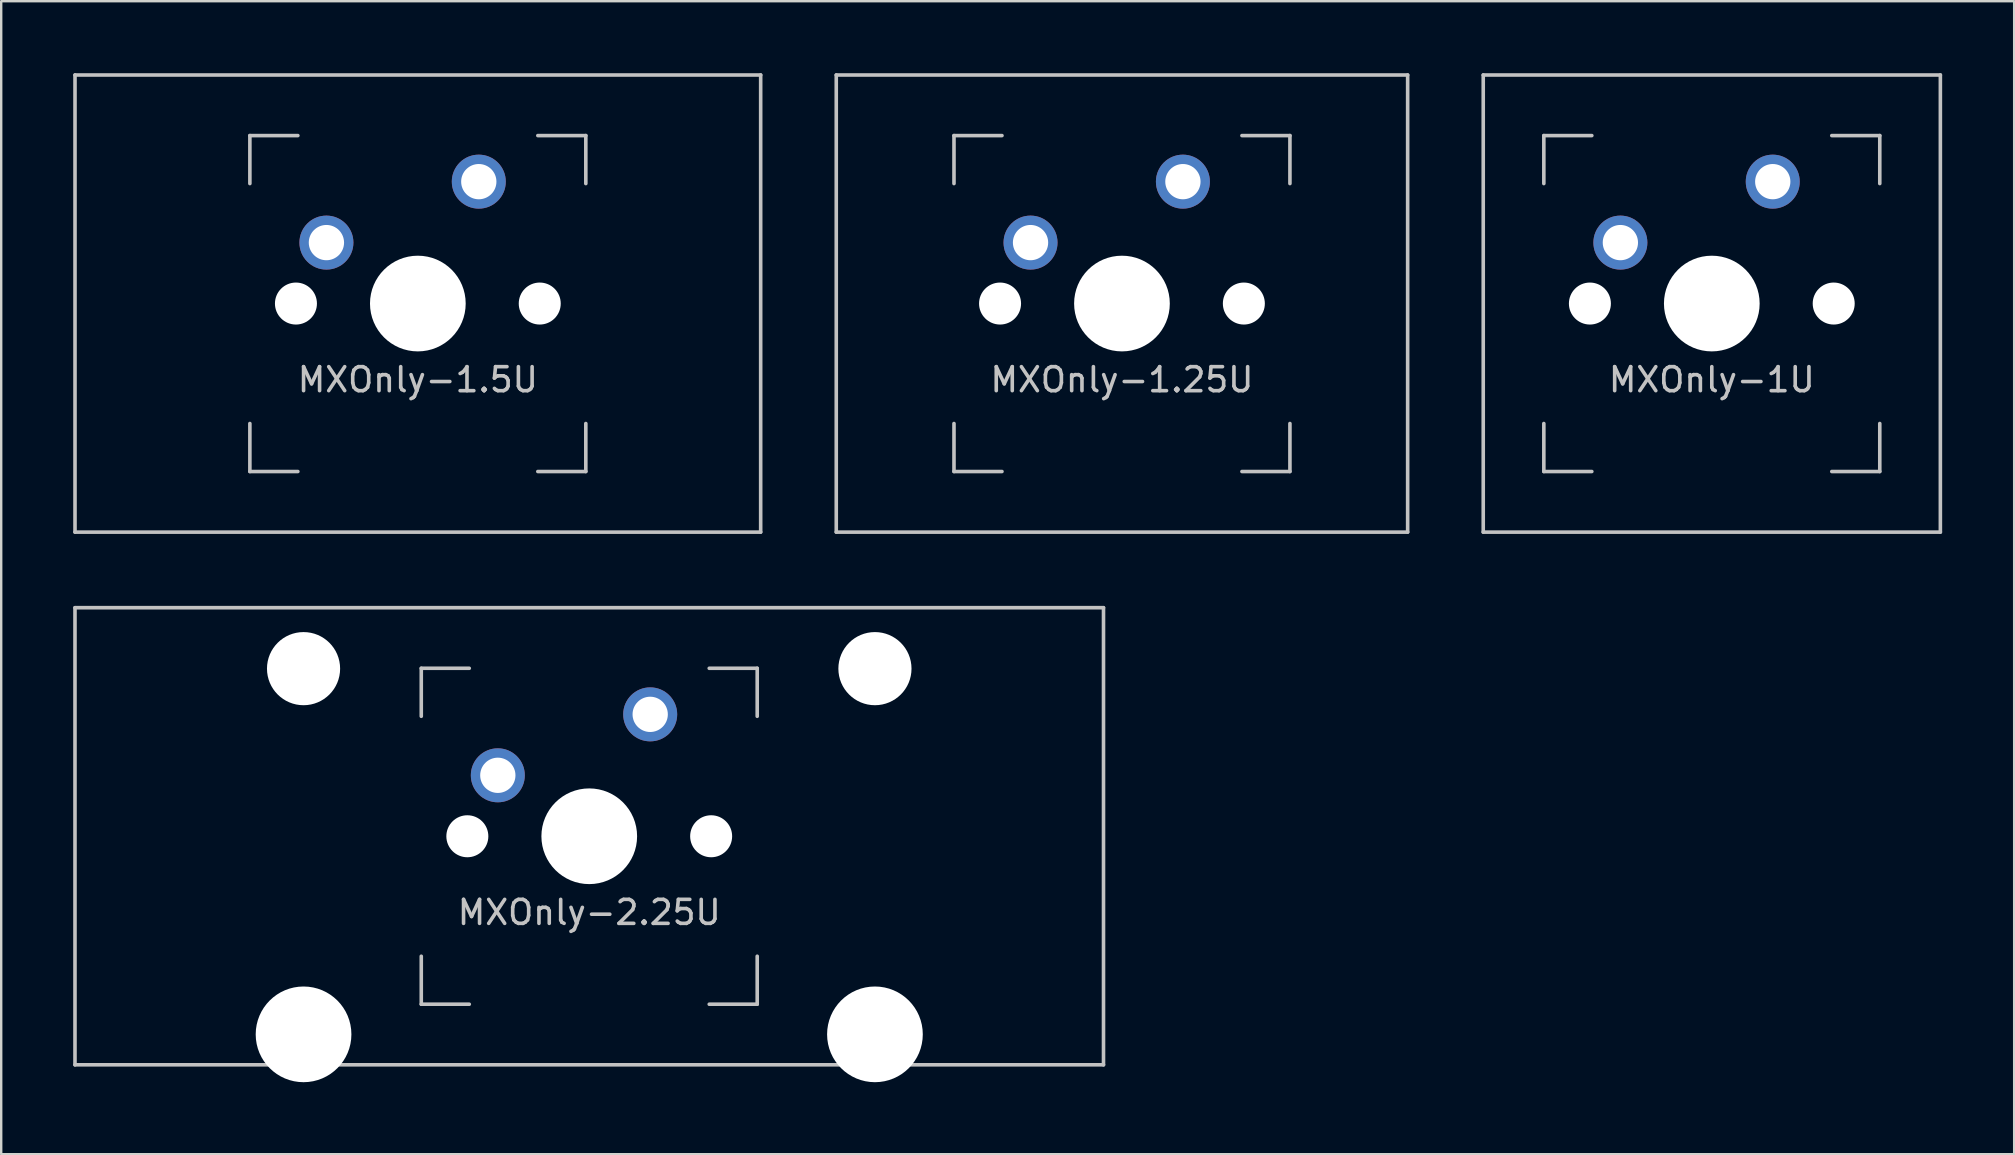
<source format=kicad_pcb>
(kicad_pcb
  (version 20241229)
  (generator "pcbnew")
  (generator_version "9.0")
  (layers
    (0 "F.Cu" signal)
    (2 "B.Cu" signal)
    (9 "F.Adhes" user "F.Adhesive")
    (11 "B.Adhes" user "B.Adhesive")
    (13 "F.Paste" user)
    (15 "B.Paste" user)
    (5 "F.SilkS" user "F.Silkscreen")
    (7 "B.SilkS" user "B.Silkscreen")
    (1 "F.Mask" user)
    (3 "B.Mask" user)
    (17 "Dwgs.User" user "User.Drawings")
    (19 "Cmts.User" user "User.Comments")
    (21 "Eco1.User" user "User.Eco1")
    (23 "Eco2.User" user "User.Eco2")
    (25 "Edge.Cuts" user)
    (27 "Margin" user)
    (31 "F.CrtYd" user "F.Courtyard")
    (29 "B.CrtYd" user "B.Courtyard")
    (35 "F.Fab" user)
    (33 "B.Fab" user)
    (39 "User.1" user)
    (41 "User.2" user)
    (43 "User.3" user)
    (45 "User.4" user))
  (footprint "MXOnly-1.5U"
    (layer "F.Cu")
    (at 14.363 9.6)
    (property "Reference" "MXOnly-1.5U" (at 0 3.175 0) (layer "Dwgs.User") (effects (font (size 1 1) (thickness 0.15))))
    (attr through_hole)
    (fp_line (start -14.287 -9.525) (end 14.287 -9.525) (stroke (width 0.15) (type solid)) (layer "Dwgs.User"))
    (fp_line (start -14.287 9.525) (end -14.287 -9.525) (stroke (width 0.15) (type solid)) (layer "Dwgs.User"))
    (fp_line (start -14.287 9.525) (end 14.287 9.525) (stroke (width 0.15) (type solid)) (layer "Dwgs.User"))
    (fp_line (start -7 -7) (end -7 -5) (stroke (width 0.15) (type solid)) (layer "Dwgs.User"))
    (fp_line (start -7 5) (end -7 7) (stroke (width 0.15) (type solid)) (layer "Dwgs.User"))
    (fp_line (start -7 7) (end -5 7) (stroke (width 0.15) (type solid)) (layer "Dwgs.User"))
    (fp_line (start -5 -7) (end -7 -7) (stroke (width 0.15) (type solid)) (layer "Dwgs.User"))
    (fp_line (start 5 -7) (end 7 -7) (stroke (width 0.15) (type solid)) (layer "Dwgs.User"))
    (fp_line (start 5 7) (end 7 7) (stroke (width 0.15) (type solid)) (layer "Dwgs.User"))
    (fp_line (start 7 -7) (end 7 -5) (stroke (width 0.15) (type solid)) (layer "Dwgs.User"))
    (fp_line (start 7 7) (end 7 5) (stroke (width 0.15) (type solid)) (layer "Dwgs.User"))
    (fp_line (start 14.287 -9.525) (end 14.287 9.525) (stroke (width 0.15) (type solid)) (layer "Dwgs.User"))
    (pad "" np_thru_hole circle (at -5.08 0 48.1) (size 1.75 1.75) (drill 1.75) (layers "*.Cu" "*.Mask"))
    (pad "" np_thru_hole circle (at 0 0) (size 3.988 3.988) (drill 3.988) (layers "*.Cu" "*.Mask"))
    (pad "" np_thru_hole circle (at 5.08 0 48.1) (size 1.75 1.75) (drill 1.75) (layers "*.Cu" "*.Mask"))
    (pad "1" thru_hole circle (at -3.81 -2.54) (size 2.25 2.25) (drill 1.47) (layers "*.Cu" "*.Mask"))
    (pad "2" thru_hole circle (at 2.54 -5.08) (size 2.25 2.25) (drill 1.47) (layers "*.Cu" "*.Mask")))
  (footprint "MXOnly-1U"
    (layer "F.Cu")
    (at 68.287 9.6)
    (property "Reference" "MXOnly-1U" (at 0 3.175 0) (layer "Dwgs.User") (effects (font (size 1 1) (thickness 0.15))))
    (attr through_hole)
    (fp_line (start -9.525 -9.525) (end 9.525 -9.525) (stroke (width 0.15) (type solid)) (layer "Dwgs.User"))
    (fp_line (start -9.525 9.525) (end -9.525 -9.525) (stroke (width 0.15) (type solid)) (layer "Dwgs.User"))
    (fp_line (start -7 -7) (end -7 -5) (stroke (width 0.15) (type solid)) (layer "Dwgs.User"))
    (fp_line (start -7 5) (end -7 7) (stroke (width 0.15) (type solid)) (layer "Dwgs.User"))
    (fp_line (start -7 7) (end -5 7) (stroke (width 0.15) (type solid)) (layer "Dwgs.User"))
    (fp_line (start -5 -7) (end -7 -7) (stroke (width 0.15) (type solid)) (layer "Dwgs.User"))
    (fp_line (start 5 -7) (end 7 -7) (stroke (width 0.15) (type solid)) (layer "Dwgs.User"))
    (fp_line (start 5 7) (end 7 7) (stroke (width 0.15) (type solid)) (layer "Dwgs.User"))
    (fp_line (start 7 -7) (end 7 -5) (stroke (width 0.15) (type solid)) (layer "Dwgs.User"))
    (fp_line (start 7 7) (end 7 5) (stroke (width 0.15) (type solid)) (layer "Dwgs.User"))
    (fp_line (start 9.525 -9.525) (end 9.525 9.525) (stroke (width 0.15) (type solid)) (layer "Dwgs.User"))
    (fp_line (start 9.525 9.525) (end -9.525 9.525) (stroke (width 0.15) (type solid)) (layer "Dwgs.User"))
    (pad "" np_thru_hole circle (at -5.08 0 48.1) (size 1.75 1.75) (drill 1.75) (layers "*.Cu" "*.Mask"))
    (pad "" np_thru_hole circle (at 0 0) (size 3.988 3.988) (drill 3.988) (layers "*.Cu" "*.Mask"))
    (pad "" np_thru_hole circle (at 5.08 0 48.1) (size 1.75 1.75) (drill 1.75) (layers "*.Cu" "*.Mask"))
    (pad "1" thru_hole circle (at -3.81 -2.54) (size 2.25 2.25) (drill 1.47) (layers "*.Cu" "*.Mask"))
    (pad "2" thru_hole circle (at 2.54 -5.08) (size 2.25 2.25) (drill 1.47) (layers "*.Cu" "*.Mask")))
  (footprint "MXOnly-2.25U"
    (layer "F.Cu")
    (at 21.506 31.8)
    (property "Reference" "MXOnly-2.25U" (at 0 3.175 0) (layer "Dwgs.User") (effects (font (size 1 1) (thickness 0.15))))
    (attr through_hole)
    (fp_line (start -21.431 -9.525) (end 21.431 -9.525) (stroke (width 0.15) (type solid)) (layer "Dwgs.User"))
    (fp_line (start -21.431 9.525) (end -21.431 -9.525) (stroke (width 0.15) (type solid)) (layer "Dwgs.User"))
    (fp_line (start -21.431 9.525) (end 21.431 9.525) (stroke (width 0.15) (type solid)) (layer "Dwgs.User"))
    (fp_line (start -7 -7) (end -7 -5) (stroke (width 0.15) (type solid)) (layer "Dwgs.User"))
    (fp_line (start -7 5) (end -7 7) (stroke (width 0.15) (type solid)) (layer "Dwgs.User"))
    (fp_line (start -7 7) (end -5 7) (stroke (width 0.15) (type solid)) (layer "Dwgs.User"))
    (fp_line (start -5 -7) (end -7 -7) (stroke (width 0.15) (type solid)) (layer "Dwgs.User"))
    (fp_line (start 5 -7) (end 7 -7) (stroke (width 0.15) (type solid)) (layer "Dwgs.User"))
    (fp_line (start 5 7) (end 7 7) (stroke (width 0.15) (type solid)) (layer "Dwgs.User"))
    (fp_line (start 7 -7) (end 7 -5) (stroke (width 0.15) (type solid)) (layer "Dwgs.User"))
    (fp_line (start 7 7) (end 7 5) (stroke (width 0.15) (type solid)) (layer "Dwgs.User"))
    (fp_line (start 21.431 -9.525) (end 21.431 9.525) (stroke (width 0.15) (type solid)) (layer "Dwgs.User"))
    (pad "" np_thru_hole circle (at -11.906 -6.985) (size 3.048 3.048) (drill 3.048) (layers "*.Cu" "*.Mask"))
    (pad "" np_thru_hole circle (at -11.906 8.255) (size 3.988 3.988) (drill 3.988) (layers "*.Cu" "*.Mask"))
    (pad "" np_thru_hole circle (at -5.08 0 48.1) (size 1.75 1.75) (drill 1.75) (layers "*.Cu" "*.Mask"))
    (pad "" np_thru_hole circle (at 0 0) (size 3.988 3.988) (drill 3.988) (layers "*.Cu" "*.Mask"))
    (pad "" np_thru_hole circle (at 5.08 0 48.1) (size 1.75 1.75) (drill 1.75) (layers "*.Cu" "*.Mask"))
    (pad "" np_thru_hole circle (at 11.906 -6.985) (size 3.048 3.048) (drill 3.048) (layers "*.Cu" "*.Mask"))
    (pad "" np_thru_hole circle (at 11.906 8.255) (size 3.988 3.988) (drill 3.988) (layers "*.Cu" "*.Mask"))
    (pad "1" thru_hole circle (at -3.81 -2.54) (size 2.25 2.25) (drill 1.47) (layers "*.Cu" "*.Mask"))
    (pad "2" thru_hole circle (at 2.54 -5.08) (size 2.25 2.25) (drill 1.47) (layers "*.Cu" "*.Mask")))
  (footprint "MXOnly-1.25U"
    (layer "F.Cu")
    (at 43.706 9.6)
    (property "Reference" "MXOnly-1.25U" (at 0 3.175 0) (layer "Dwgs.User") (effects (font (size 1 1) (thickness 0.15))))
    (attr through_hole)
    (fp_line (start -11.906 -9.525) (end 11.906 -9.525) (stroke (width 0.15) (type solid)) (layer "Dwgs.User"))
    (fp_line (start -11.906 9.525) (end -11.906 -9.525) (stroke (width 0.15) (type solid)) (layer "Dwgs.User"))
    (fp_line (start -11.906 9.525) (end 11.906 9.525) (stroke (width 0.15) (type solid)) (layer "Dwgs.User"))
    (fp_line (start -7 -7) (end -7 -5) (stroke (width 0.15) (type solid)) (layer "Dwgs.User"))
    (fp_line (start -7 5) (end -7 7) (stroke (width 0.15) (type solid)) (layer "Dwgs.User"))
    (fp_line (start -7 7) (end -5 7) (stroke (width 0.15) (type solid)) (layer "Dwgs.User"))
    (fp_line (start -5 -7) (end -7 -7) (stroke (width 0.15) (type solid)) (layer "Dwgs.User"))
    (fp_line (start 5 -7) (end 7 -7) (stroke (width 0.15) (type solid)) (layer "Dwgs.User"))
    (fp_line (start 5 7) (end 7 7) (stroke (width 0.15) (type solid)) (layer "Dwgs.User"))
    (fp_line (start 7 -7) (end 7 -5) (stroke (width 0.15) (type solid)) (layer "Dwgs.User"))
    (fp_line (start 7 7) (end 7 5) (stroke (width 0.15) (type solid)) (layer "Dwgs.User"))
    (fp_line (start 11.906 -9.525) (end 11.906 9.525) (stroke (width 0.15) (type solid)) (layer "Dwgs.User"))
    (pad "" np_thru_hole circle (at -5.08 0 48.1) (size 1.75 1.75) (drill 1.75) (layers "*.Cu" "*.Mask"))
    (pad "" np_thru_hole circle (at 0 0) (size 3.988 3.988) (drill 3.988) (layers "*.Cu" "*.Mask"))
    (pad "" np_thru_hole circle (at 5.08 0 48.1) (size 1.75 1.75) (drill 1.75) (layers "*.Cu" "*.Mask"))
    (pad "1" thru_hole circle (at -3.81 -2.54) (size 2.25 2.25) (drill 1.47) (layers "*.Cu" "*.Mask"))
    (pad "2" thru_hole circle (at 2.54 -5.08) (size 2.25 2.25) (drill 1.47) (layers "*.Cu" "*.Mask")))
  (gr_rect
    (start -3 -3)
    (end 80.888 45.049)
    (stroke (width 0.1) (type default))
    (fill no)
    (layer "Edge.Cuts")))
</source>
